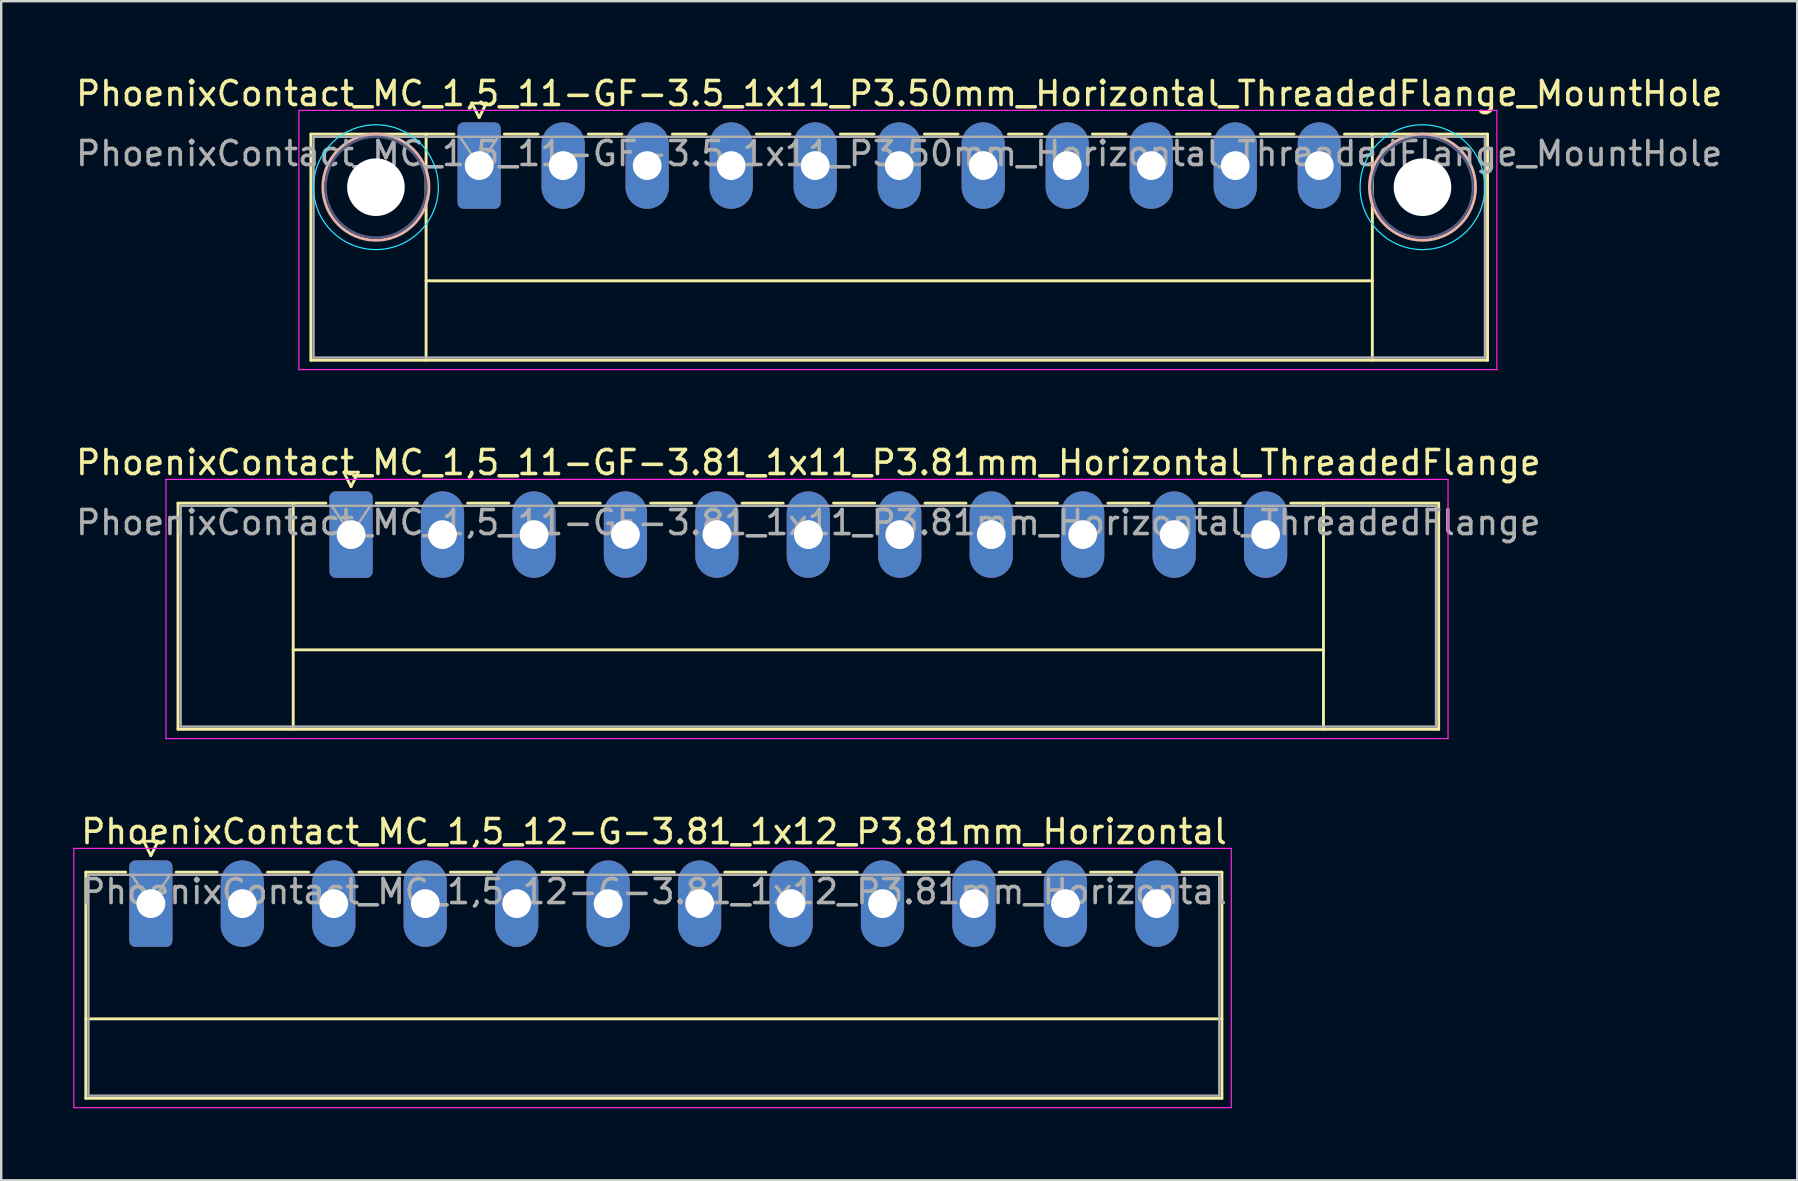
<source format=kicad_pcb>
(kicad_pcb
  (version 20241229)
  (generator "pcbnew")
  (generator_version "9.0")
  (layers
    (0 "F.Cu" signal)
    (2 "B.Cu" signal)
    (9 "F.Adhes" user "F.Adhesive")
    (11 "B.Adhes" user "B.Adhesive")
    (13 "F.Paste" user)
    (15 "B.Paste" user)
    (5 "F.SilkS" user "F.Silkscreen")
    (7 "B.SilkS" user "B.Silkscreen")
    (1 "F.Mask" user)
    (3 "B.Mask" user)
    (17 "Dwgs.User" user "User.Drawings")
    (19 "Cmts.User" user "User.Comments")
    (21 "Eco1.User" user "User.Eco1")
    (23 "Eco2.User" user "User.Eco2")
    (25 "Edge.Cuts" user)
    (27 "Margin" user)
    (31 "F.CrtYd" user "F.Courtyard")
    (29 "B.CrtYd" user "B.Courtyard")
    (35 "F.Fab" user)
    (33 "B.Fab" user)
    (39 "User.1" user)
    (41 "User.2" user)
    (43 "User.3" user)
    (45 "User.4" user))
  (footprint "PhoenixContact_MC_1,5_11-GF-3.5_1x11_P3.50mm_Horizontal_ThreadedFlange_MountHole"
    (layer "F.Cu")
    (at 16.911 3.848)
    (property "Reference" "PhoenixContact_MC_1,5_11-GF-3.5_1x11_P3.50mm_Horizontal_ThreadedFlange_MountHole" (at 17.5 -3 0) (layer "F.SilkS") (effects (font (size 1 1) (thickness 0.15))))
    (attr through_hole)
    (fp_line (start -7.01 -1.31) (end -7.01 8.11) (stroke (width 0.12) (type solid)) (layer "F.SilkS"))
    (fp_line (start -7.01 -1.31) (end -1.05 -1.31) (stroke (width 0.12) (type solid)) (layer "F.SilkS"))
    (fp_line (start -7.01 8.11) (end 42.01 8.11) (stroke (width 0.12) (type solid)) (layer "F.SilkS"))
    (fp_line (start -2.21 -1.31) (end -2.21 8.11) (stroke (width 0.12) (type solid)) (layer "F.SilkS"))
    (fp_line (start -2.21 4.8) (end 37.21 4.8) (stroke (width 0.12) (type solid)) (layer "F.SilkS"))
    (fp_line (start -0.3 -2.6) (end 0.3 -2.6) (stroke (width 0.12) (type solid)) (layer "F.SilkS"))
    (fp_line (start 0 -2) (end -0.3 -2.6) (stroke (width 0.12) (type solid)) (layer "F.SilkS"))
    (fp_line (start 0.3 -2.6) (end 0 -2) (stroke (width 0.12) (type solid)) (layer "F.SilkS"))
    (fp_line (start 1.05 -1.31) (end 2.45 -1.31) (stroke (width 0.12) (type solid)) (layer "F.SilkS"))
    (fp_line (start 4.55 -1.31) (end 5.95 -1.31) (stroke (width 0.12) (type solid)) (layer "F.SilkS"))
    (fp_line (start 8.05 -1.31) (end 9.45 -1.31) (stroke (width 0.12) (type solid)) (layer "F.SilkS"))
    (fp_line (start 11.55 -1.31) (end 12.95 -1.31) (stroke (width 0.12) (type solid)) (layer "F.SilkS"))
    (fp_line (start 15.05 -1.31) (end 16.45 -1.31) (stroke (width 0.12) (type solid)) (layer "F.SilkS"))
    (fp_line (start 18.55 -1.31) (end 19.95 -1.31) (stroke (width 0.12) (type solid)) (layer "F.SilkS"))
    (fp_line (start 22.05 -1.31) (end 23.45 -1.31) (stroke (width 0.12) (type solid)) (layer "F.SilkS"))
    (fp_line (start 25.55 -1.31) (end 26.95 -1.31) (stroke (width 0.12) (type solid)) (layer "F.SilkS"))
    (fp_line (start 29.05 -1.31) (end 30.45 -1.31) (stroke (width 0.12) (type solid)) (layer "F.SilkS"))
    (fp_line (start 32.55 -1.31) (end 33.95 -1.31) (stroke (width 0.12) (type solid)) (layer "F.SilkS"))
    (fp_line (start 37.21 -1.31) (end 37.21 8.11) (stroke (width 0.12) (type solid)) (layer "F.SilkS"))
    (fp_line (start 42.01 -1.31) (end 36.05 -1.31) (stroke (width 0.12) (type solid)) (layer "F.SilkS"))
    (fp_line (start 42.01 8.11) (end 42.01 -1.31) (stroke (width 0.12) (type solid)) (layer "F.SilkS"))
    (fp_circle (center -4.3 0.9) (end -2.09 0.9) (stroke (width 0.12) (type solid)) (fill no) (layer "B.SilkS"))
    (fp_circle (center 39.3 0.9) (end 41.51 0.9) (stroke (width 0.12) (type solid)) (fill no) (layer "B.SilkS"))
    (fp_circle (center -4.3 0.9) (end -1.7 0.9) (stroke (width 0.05) (type solid)) (fill no) (layer "B.CrtYd"))
    (fp_circle (center 39.3 0.9) (end 41.9 0.9) (stroke (width 0.05) (type solid)) (fill no) (layer "B.CrtYd"))
    (fp_line (start -7.51 -2.3) (end -7.51 8.5) (stroke (width 0.05) (type solid)) (layer "F.CrtYd"))
    (fp_line (start -7.51 8.5) (end 42.4 8.5) (stroke (width 0.05) (type solid)) (layer "F.CrtYd"))
    (fp_line (start 42.4 -2.3) (end -7.51 -2.3) (stroke (width 0.05) (type solid)) (layer "F.CrtYd"))
    (fp_line (start 42.4 8.5) (end 42.4 -2.3) (stroke (width 0.05) (type solid)) (layer "F.CrtYd"))
    (fp_circle (center -4.3 0.9) (end -2.2 0.9) (stroke (width 0.1) (type solid)) (fill no) (layer "B.Fab"))
    (fp_circle (center 39.3 0.9) (end 41.4 0.9) (stroke (width 0.1) (type solid)) (fill no) (layer "B.Fab"))
    (fp_line (start -6.9 -1.2) (end -6.9 8) (stroke (width 0.1) (type solid)) (layer "F.Fab"))
    (fp_line (start -6.9 8) (end 41.9 8) (stroke (width 0.1) (type solid)) (layer "F.Fab"))
    (fp_line (start 0 0) (end -0.8 -1.2) (stroke (width 0.1) (type solid)) (layer "F.Fab"))
    (fp_line (start 0.8 -1.2) (end 0 0) (stroke (width 0.1) (type solid)) (layer "F.Fab"))
    (fp_line (start 41.9 -1.2) (end -6.9 -1.2) (stroke (width 0.1) (type solid)) (layer "F.Fab"))
    (fp_line (start 41.9 8) (end 41.9 -1.2) (stroke (width 0.1) (type solid)) (layer "F.Fab"))
    (fp_text user "${REFERENCE}" (at 17.5 -0.5 0) (layer "F.Fab") (effects (font (size 1 1) (thickness 0.15))))
    (pad "" np_thru_hole circle (at -4.3 0.9) (size 2.4 2.4) (drill 2.4) (layers "*.Cu" "*.Mask"))
    (pad "" np_thru_hole circle (at 39.3 0.9) (size 2.4 2.4) (drill 2.4) (layers "*.Cu" "*.Mask"))
    (pad "1" thru_hole roundrect (at 0 0) (size 1.8 3.6) (drill 1.2) (layers "*.Cu" "*.Mask") (roundrect_rratio 0.139))
    (pad "2" thru_hole oval (at 3.5 0) (size 1.8 3.6) (drill 1.2) (layers "*.Cu" "*.Mask"))
    (pad "3" thru_hole oval (at 7 0) (size 1.8 3.6) (drill 1.2) (layers "*.Cu" "*.Mask"))
    (pad "4" thru_hole oval (at 10.5 0) (size 1.8 3.6) (drill 1.2) (layers "*.Cu" "*.Mask"))
    (pad "5" thru_hole oval (at 14 0) (size 1.8 3.6) (drill 1.2) (layers "*.Cu" "*.Mask"))
    (pad "6" thru_hole oval (at 17.5 0) (size 1.8 3.6) (drill 1.2) (layers "*.Cu" "*.Mask"))
    (pad "7" thru_hole oval (at 21 0) (size 1.8 3.6) (drill 1.2) (layers "*.Cu" "*.Mask"))
    (pad "8" thru_hole oval (at 24.5 0) (size 1.8 3.6) (drill 1.2) (layers "*.Cu" "*.Mask"))
    (pad "9" thru_hole oval (at 28 0) (size 1.8 3.6) (drill 1.2) (layers "*.Cu" "*.Mask"))
    (pad "10" thru_hole oval (at 31.5 0) (size 1.8 3.6) (drill 1.2) (layers "*.Cu" "*.Mask"))
    (pad "11" thru_hole oval (at 35 0) (size 1.8 3.6) (drill 1.2) (layers "*.Cu" "*.Mask")))
  (footprint "PhoenixContact_MC_1,5_12-G-3.81_1x12_P3.81mm_Horizontal"
    (layer "F.Cu")
    (at 3.235 34.595)
    (property "Reference" "PhoenixContact_MC_1,5_12-G-3.81_1x12_P3.81mm_Horizontal" (at 20.96 -3 0) (layer "F.SilkS") (effects (font (size 1 1) (thickness 0.15))))
    (attr through_hole)
    (fp_line (start -2.71 -1.31) (end -2.71 8.11) (stroke (width 0.12) (type solid)) (layer "F.SilkS"))
    (fp_line (start -2.71 -1.31) (end -1.05 -1.31) (stroke (width 0.12) (type solid)) (layer "F.SilkS"))
    (fp_line (start -2.71 4.8) (end 44.62 4.8) (stroke (width 0.12) (type solid)) (layer "F.SilkS"))
    (fp_line (start -2.71 8.11) (end 44.62 8.11) (stroke (width 0.12) (type solid)) (layer "F.SilkS"))
    (fp_line (start -0.3 -2.6) (end 0.3 -2.6) (stroke (width 0.12) (type solid)) (layer "F.SilkS"))
    (fp_line (start 0 -2) (end -0.3 -2.6) (stroke (width 0.12) (type solid)) (layer "F.SilkS"))
    (fp_line (start 0.3 -2.6) (end 0 -2) (stroke (width 0.12) (type solid)) (layer "F.SilkS"))
    (fp_line (start 1.05 -1.31) (end 2.76 -1.31) (stroke (width 0.12) (type solid)) (layer "F.SilkS"))
    (fp_line (start 4.86 -1.31) (end 6.57 -1.31) (stroke (width 0.12) (type solid)) (layer "F.SilkS"))
    (fp_line (start 8.67 -1.31) (end 10.38 -1.31) (stroke (width 0.12) (type solid)) (layer "F.SilkS"))
    (fp_line (start 12.48 -1.31) (end 14.19 -1.31) (stroke (width 0.12) (type solid)) (layer "F.SilkS"))
    (fp_line (start 16.29 -1.31) (end 18 -1.31) (stroke (width 0.12) (type solid)) (layer "F.SilkS"))
    (fp_line (start 20.1 -1.31) (end 21.81 -1.31) (stroke (width 0.12) (type solid)) (layer "F.SilkS"))
    (fp_line (start 23.91 -1.31) (end 25.62 -1.31) (stroke (width 0.12) (type solid)) (layer "F.SilkS"))
    (fp_line (start 27.72 -1.31) (end 29.43 -1.31) (stroke (width 0.12) (type solid)) (layer "F.SilkS"))
    (fp_line (start 31.53 -1.31) (end 33.24 -1.31) (stroke (width 0.12) (type solid)) (layer "F.SilkS"))
    (fp_line (start 35.34 -1.31) (end 37.05 -1.31) (stroke (width 0.12) (type solid)) (layer "F.SilkS"))
    (fp_line (start 39.15 -1.31) (end 40.86 -1.31) (stroke (width 0.12) (type solid)) (layer "F.SilkS"))
    (fp_line (start 44.62 -1.31) (end 42.96 -1.31) (stroke (width 0.12) (type solid)) (layer "F.SilkS"))
    (fp_line (start 44.62 8.11) (end 44.62 -1.31) (stroke (width 0.12) (type solid)) (layer "F.SilkS"))
    (fp_line (start -3.21 -2.3) (end -3.21 8.5) (stroke (width 0.05) (type solid)) (layer "F.CrtYd"))
    (fp_line (start -3.21 8.5) (end 45.01 8.5) (stroke (width 0.05) (type solid)) (layer "F.CrtYd"))
    (fp_line (start 45.01 -2.3) (end -3.21 -2.3) (stroke (width 0.05) (type solid)) (layer "F.CrtYd"))
    (fp_line (start 45.01 8.5) (end 45.01 -2.3) (stroke (width 0.05) (type solid)) (layer "F.CrtYd"))
    (fp_line (start -2.6 -1.2) (end -2.6 8) (stroke (width 0.1) (type solid)) (layer "F.Fab"))
    (fp_line (start -2.6 8) (end 44.51 8) (stroke (width 0.1) (type solid)) (layer "F.Fab"))
    (fp_line (start 0 0) (end -0.8 -1.2) (stroke (width 0.1) (type solid)) (layer "F.Fab"))
    (fp_line (start 0.8 -1.2) (end 0 0) (stroke (width 0.1) (type solid)) (layer "F.Fab"))
    (fp_line (start 44.51 -1.2) (end -2.6 -1.2) (stroke (width 0.1) (type solid)) (layer "F.Fab"))
    (fp_line (start 44.51 8) (end 44.51 -1.2) (stroke (width 0.1) (type solid)) (layer "F.Fab"))
    (fp_text user "${REFERENCE}" (at 20.96 -0.5 0) (layer "F.Fab") (effects (font (size 1 1) (thickness 0.15))))
    (pad "1" thru_hole roundrect (at 0 0) (size 1.8 3.6) (drill 1.2) (layers "*.Cu" "*.Mask") (roundrect_rratio 0.139))
    (pad "2" thru_hole oval (at 3.81 0) (size 1.8 3.6) (drill 1.2) (layers "*.Cu" "*.Mask"))
    (pad "3" thru_hole oval (at 7.62 0) (size 1.8 3.6) (drill 1.2) (layers "*.Cu" "*.Mask"))
    (pad "4" thru_hole oval (at 11.43 0) (size 1.8 3.6) (drill 1.2) (layers "*.Cu" "*.Mask"))
    (pad "5" thru_hole oval (at 15.24 0) (size 1.8 3.6) (drill 1.2) (layers "*.Cu" "*.Mask"))
    (pad "6" thru_hole oval (at 19.05 0) (size 1.8 3.6) (drill 1.2) (layers "*.Cu" "*.Mask"))
    (pad "7" thru_hole oval (at 22.86 0) (size 1.8 3.6) (drill 1.2) (layers "*.Cu" "*.Mask"))
    (pad "8" thru_hole oval (at 26.67 0) (size 1.8 3.6) (drill 1.2) (layers "*.Cu" "*.Mask"))
    (pad "9" thru_hole oval (at 30.48 0) (size 1.8 3.6) (drill 1.2) (layers "*.Cu" "*.Mask"))
    (pad "10" thru_hole oval (at 34.29 0) (size 1.8 3.6) (drill 1.2) (layers "*.Cu" "*.Mask"))
    (pad "11" thru_hole oval (at 38.1 0) (size 1.8 3.6) (drill 1.2) (layers "*.Cu" "*.Mask"))
    (pad "12" thru_hole oval (at 41.91 0) (size 1.8 3.6) (drill 1.2) (layers "*.Cu" "*.Mask")))
  (footprint "PhoenixContact_MC_1,5_11-GF-3.81_1x11_P3.81mm_Horizontal_ThreadedFlange"
    (layer "F.Cu")
    (at 11.575 19.221)
    (property "Reference" "PhoenixContact_MC_1,5_11-GF-3.81_1x11_P3.81mm_Horizontal_ThreadedFlange" (at 19.05 -3 0) (layer "F.SilkS") (effects (font (size 1 1) (thickness 0.15))))
    (attr through_hole)
    (fp_line (start -7.21 -1.31) (end -7.21 8.11) (stroke (width 0.12) (type solid)) (layer "F.SilkS"))
    (fp_line (start -7.21 -1.31) (end -1.05 -1.31) (stroke (width 0.12) (type solid)) (layer "F.SilkS"))
    (fp_line (start -7.21 8.11) (end 45.31 8.11) (stroke (width 0.12) (type solid)) (layer "F.SilkS"))
    (fp_line (start -2.41 -1.31) (end -2.41 8.11) (stroke (width 0.12) (type solid)) (layer "F.SilkS"))
    (fp_line (start -2.41 4.8) (end 40.51 4.8) (stroke (width 0.12) (type solid)) (layer "F.SilkS"))
    (fp_line (start -0.3 -2.6) (end 0.3 -2.6) (stroke (width 0.12) (type solid)) (layer "F.SilkS"))
    (fp_line (start 0 -2) (end -0.3 -2.6) (stroke (width 0.12) (type solid)) (layer "F.SilkS"))
    (fp_line (start 0.3 -2.6) (end 0 -2) (stroke (width 0.12) (type solid)) (layer "F.SilkS"))
    (fp_line (start 1.05 -1.31) (end 2.76 -1.31) (stroke (width 0.12) (type solid)) (layer "F.SilkS"))
    (fp_line (start 4.86 -1.31) (end 6.57 -1.31) (stroke (width 0.12) (type solid)) (layer "F.SilkS"))
    (fp_line (start 8.67 -1.31) (end 10.38 -1.31) (stroke (width 0.12) (type solid)) (layer "F.SilkS"))
    (fp_line (start 12.48 -1.31) (end 14.19 -1.31) (stroke (width 0.12) (type solid)) (layer "F.SilkS"))
    (fp_line (start 16.29 -1.31) (end 18 -1.31) (stroke (width 0.12) (type solid)) (layer "F.SilkS"))
    (fp_line (start 20.1 -1.31) (end 21.81 -1.31) (stroke (width 0.12) (type solid)) (layer "F.SilkS"))
    (fp_line (start 23.91 -1.31) (end 25.62 -1.31) (stroke (width 0.12) (type solid)) (layer "F.SilkS"))
    (fp_line (start 27.72 -1.31) (end 29.43 -1.31) (stroke (width 0.12) (type solid)) (layer "F.SilkS"))
    (fp_line (start 31.53 -1.31) (end 33.24 -1.31) (stroke (width 0.12) (type solid)) (layer "F.SilkS"))
    (fp_line (start 35.34 -1.31) (end 37.05 -1.31) (stroke (width 0.12) (type solid)) (layer "F.SilkS"))
    (fp_line (start 40.51 -1.31) (end 40.51 8.11) (stroke (width 0.12) (type solid)) (layer "F.SilkS"))
    (fp_line (start 45.31 -1.31) (end 39.15 -1.31) (stroke (width 0.12) (type solid)) (layer "F.SilkS"))
    (fp_line (start 45.31 8.11) (end 45.31 -1.31) (stroke (width 0.12) (type solid)) (layer "F.SilkS"))
    (fp_line (start -7.71 -2.3) (end -7.71 8.5) (stroke (width 0.05) (type solid)) (layer "F.CrtYd"))
    (fp_line (start -7.71 8.5) (end 45.7 8.5) (stroke (width 0.05) (type solid)) (layer "F.CrtYd"))
    (fp_line (start 45.7 -2.3) (end -7.71 -2.3) (stroke (width 0.05) (type solid)) (layer "F.CrtYd"))
    (fp_line (start 45.7 8.5) (end 45.7 -2.3) (stroke (width 0.05) (type solid)) (layer "F.CrtYd"))
    (fp_line (start -7.1 -1.2) (end -7.1 8) (stroke (width 0.1) (type solid)) (layer "F.Fab"))
    (fp_line (start -7.1 8) (end 45.2 8) (stroke (width 0.1) (type solid)) (layer "F.Fab"))
    (fp_line (start 0 0) (end -0.8 -1.2) (stroke (width 0.1) (type solid)) (layer "F.Fab"))
    (fp_line (start 0.8 -1.2) (end 0 0) (stroke (width 0.1) (type solid)) (layer "F.Fab"))
    (fp_line (start 45.2 -1.2) (end -7.1 -1.2) (stroke (width 0.1) (type solid)) (layer "F.Fab"))
    (fp_line (start 45.2 8) (end 45.2 -1.2) (stroke (width 0.1) (type solid)) (layer "F.Fab"))
    (fp_text user "${REFERENCE}" (at 19.05 -0.5 0) (layer "F.Fab") (effects (font (size 1 1) (thickness 0.15))))
    (pad "1" thru_hole roundrect (at 0 0) (size 1.8 3.6) (drill 1.2) (layers "*.Cu" "*.Mask") (roundrect_rratio 0.139))
    (pad "2" thru_hole oval (at 3.81 0) (size 1.8 3.6) (drill 1.2) (layers "*.Cu" "*.Mask"))
    (pad "3" thru_hole oval (at 7.62 0) (size 1.8 3.6) (drill 1.2) (layers "*.Cu" "*.Mask"))
    (pad "4" thru_hole oval (at 11.43 0) (size 1.8 3.6) (drill 1.2) (layers "*.Cu" "*.Mask"))
    (pad "5" thru_hole oval (at 15.24 0) (size 1.8 3.6) (drill 1.2) (layers "*.Cu" "*.Mask"))
    (pad "6" thru_hole oval (at 19.05 0) (size 1.8 3.6) (drill 1.2) (layers "*.Cu" "*.Mask"))
    (pad "7" thru_hole oval (at 22.86 0) (size 1.8 3.6) (drill 1.2) (layers "*.Cu" "*.Mask"))
    (pad "8" thru_hole oval (at 26.67 0) (size 1.8 3.6) (drill 1.2) (layers "*.Cu" "*.Mask"))
    (pad "9" thru_hole oval (at 30.48 0) (size 1.8 3.6) (drill 1.2) (layers "*.Cu" "*.Mask"))
    (pad "10" thru_hole oval (at 34.29 0) (size 1.8 3.6) (drill 1.2) (layers "*.Cu" "*.Mask"))
    (pad "11" thru_hole oval (at 38.1 0) (size 1.8 3.6) (drill 1.2) (layers "*.Cu" "*.Mask")))
  (gr_rect
    (start -3 -3)
    (end 71.821 46.12)
    (stroke (width 0.1) (type default))
    (fill no)
    (layer "Edge.Cuts")))
</source>
